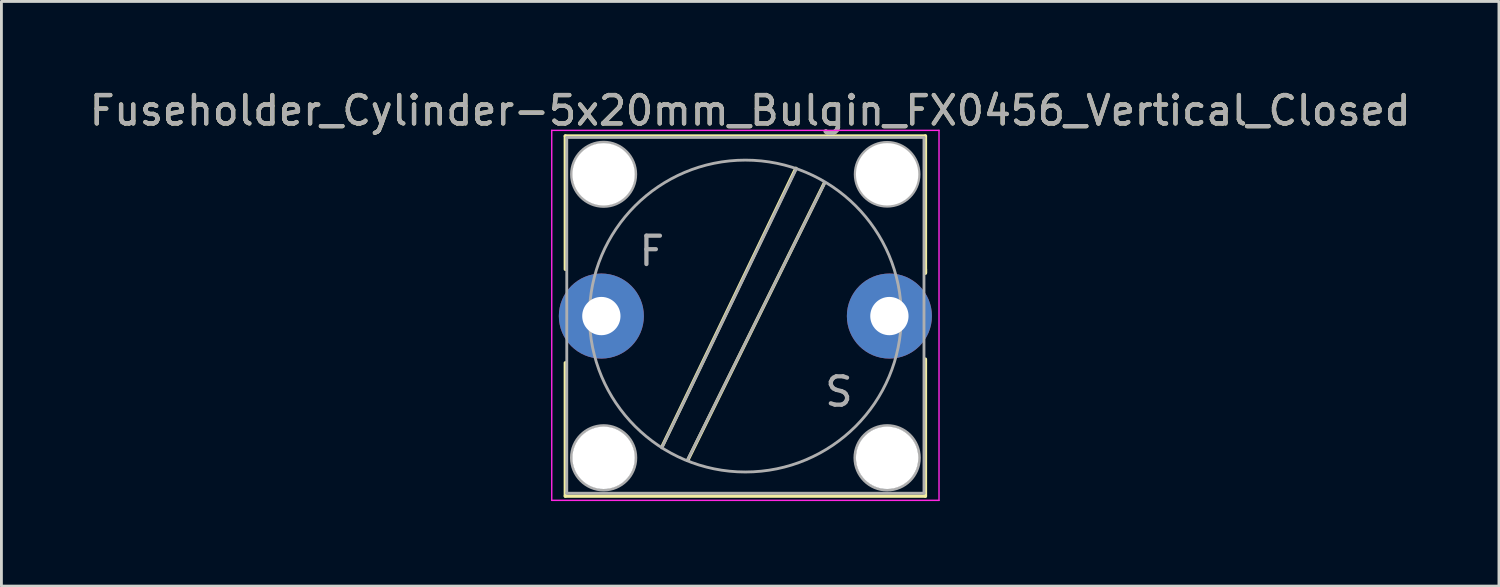
<source format=kicad_pcb>
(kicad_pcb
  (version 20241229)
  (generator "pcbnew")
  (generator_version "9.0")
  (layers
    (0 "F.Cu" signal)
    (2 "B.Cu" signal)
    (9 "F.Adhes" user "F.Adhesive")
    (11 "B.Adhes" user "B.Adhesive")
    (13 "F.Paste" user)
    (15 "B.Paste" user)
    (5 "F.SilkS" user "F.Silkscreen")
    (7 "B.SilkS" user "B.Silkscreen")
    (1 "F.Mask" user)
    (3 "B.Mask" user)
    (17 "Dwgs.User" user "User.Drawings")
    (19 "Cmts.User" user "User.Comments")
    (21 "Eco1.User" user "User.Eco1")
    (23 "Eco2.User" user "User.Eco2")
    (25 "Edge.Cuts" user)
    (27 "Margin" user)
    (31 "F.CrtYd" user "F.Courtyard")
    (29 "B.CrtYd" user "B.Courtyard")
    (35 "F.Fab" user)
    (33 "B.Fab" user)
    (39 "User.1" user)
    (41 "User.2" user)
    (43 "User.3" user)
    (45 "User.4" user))
  (footprint "Fuseholder_Cylinder-5x20mm_Bulgin_FX0456_Vertical_Closed"
    (layer "F.Cu")
    (at 18.161 8.098)
    (property "Reference" "Fuseholder_Cylinder-5x20mm_Bulgin_FX0456_Vertical_Closed" (at 5.25 -7.25 0) (layer "F.SilkS") (effects (font (size 1 1) (thickness 0.15))))
    (attr through_hole)
    (fp_line (start -1.27 -6.35) (end -1.27 -1.65) (stroke (width 0.12) (type solid)) (layer "F.SilkS"))
    (fp_line (start -1.27 6.35) (end -1.27 1.65) (stroke (width 0.12) (type solid)) (layer "F.SilkS"))
    (fp_line (start -1.27 6.35) (end 11.43 6.35) (stroke (width 0.12) (type solid)) (layer "F.SilkS"))
    (fp_line (start 6.86 -5.21) (end 2.16 4.57) (stroke (width 0.12) (type solid)) (layer "F.SilkS"))
    (fp_line (start 7.87 -4.7) (end 3.05 5.08) (stroke (width 0.12) (type solid)) (layer "F.SilkS"))
    (fp_line (start 11.43 -6.35) (end -1.27 -6.35) (stroke (width 0.12) (type solid)) (layer "F.SilkS"))
    (fp_line (start 11.43 -6.35) (end 11.43 -1.52) (stroke (width 0.12) (type solid)) (layer "F.SilkS"))
    (fp_line (start 11.43 -1.52) (end 11.43 -1.65) (stroke (width 0.12) (type solid)) (layer "F.SilkS"))
    (fp_line (start 11.43 6.35) (end 11.43 1.52) (stroke (width 0.12) (type solid)) (layer "F.SilkS"))
    (fp_line (start -1.75 -6.55) (end -1.75 6.5) (stroke (width 0.05) (type solid)) (layer "F.CrtYd"))
    (fp_line (start -1.75 -6.55) (end 11.91 -6.55) (stroke (width 0.05) (type solid)) (layer "F.CrtYd"))
    (fp_line (start 11.91 6.5) (end -1.75 6.5) (stroke (width 0.05) (type solid)) (layer "F.CrtYd"))
    (fp_line (start 11.91 6.5) (end 11.91 -6.55) (stroke (width 0.05) (type solid)) (layer "F.CrtYd"))
    (fp_line (start -1.22 -6.3) (end -1.22 6.25) (stroke (width 0.1) (type solid)) (layer "F.Fab"))
    (fp_line (start -1.22 6.25) (end 11.38 6.25) (stroke (width 0.1) (type solid)) (layer "F.Fab"))
    (fp_line (start 3.03 5.1) (end 7.88 -4.7) (stroke (width 0.1) (type solid)) (layer "F.Fab"))
    (fp_line (start 6.88 -5.2) (end 2.13 4.65) (stroke (width 0.1) (type solid)) (layer "F.Fab"))
    (fp_line (start 11.38 -6.3) (end -1.22 -6.3) (stroke (width 0.1) (type solid)) (layer "F.Fab"))
    (fp_line (start 11.38 6.25) (end 11.38 -6.3) (stroke (width 0.1) (type solid)) (layer "F.Fab"))
    (fp_circle (center 0.08 -5) (end 0.48 -3.94) (stroke (width 0.1) (type solid)) (fill no) (layer "F.Fab"))
    (fp_circle (center 0.08 5) (end 0.58 6.02) (stroke (width 0.1) (type solid)) (fill no) (layer "F.Fab"))
    (fp_circle (center 5.08 0) (end 5.13 5.5) (stroke (width 0.1) (type solid)) (fill no) (layer "F.Fab"))
    (fp_circle (center 10.08 -5) (end 10.46 -3.94) (stroke (width 0.1) (type solid)) (fill no) (layer "F.Fab"))
    (fp_circle (center 10.08 5) (end 10.64 5.99) (stroke (width 0.1) (type solid)) (fill no) (layer "F.Fab"))
    (fp_text user "F" (at 1.78 -2.29 0) (layer "F.Fab") (effects (font (size 1 1) (thickness 0.15))))
    (fp_text user "S" (at 8.38 2.67 0) (layer "F.Fab") (effects (font (size 1 1) (thickness 0.15))))
    (fp_text user "${REFERENCE}" (at 5.25 -7.25 0) (layer "F.Fab") (effects (font (size 1 1) (thickness 0.15))))
    (pad "" np_thru_hole circle (at 0.08 -5) (size 2.2 2.2) (drill 2.2) (layers "*.Cu" "*.Mask"))
    (pad "" np_thru_hole circle (at 0.08 5) (size 2.2 2.2) (drill 2.2) (layers "*.Cu" "*.Mask"))
    (pad "" np_thru_hole circle (at 10.08 -5) (size 2.2 2.2) (drill 2.2) (layers "*.Cu" "*.Mask"))
    (pad "" np_thru_hole circle (at 10.08 5) (size 2.2 2.2) (drill 2.2) (layers "*.Cu" "*.Mask"))
    (pad "1" thru_hole circle (at 0 0) (size 3 3) (drill 1.35) (layers "*.Cu" "*.Mask"))
    (pad "2" thru_hole circle (at 10.16 0) (size 3 3) (drill 1.35) (layers "*.Cu" "*.Mask")))
  (gr_rect
    (start -3 -3)
    (end 49.821 17.623)
    (stroke (width 0.1) (type default))
    (fill no)
    (layer "Edge.Cuts")))
</source>
